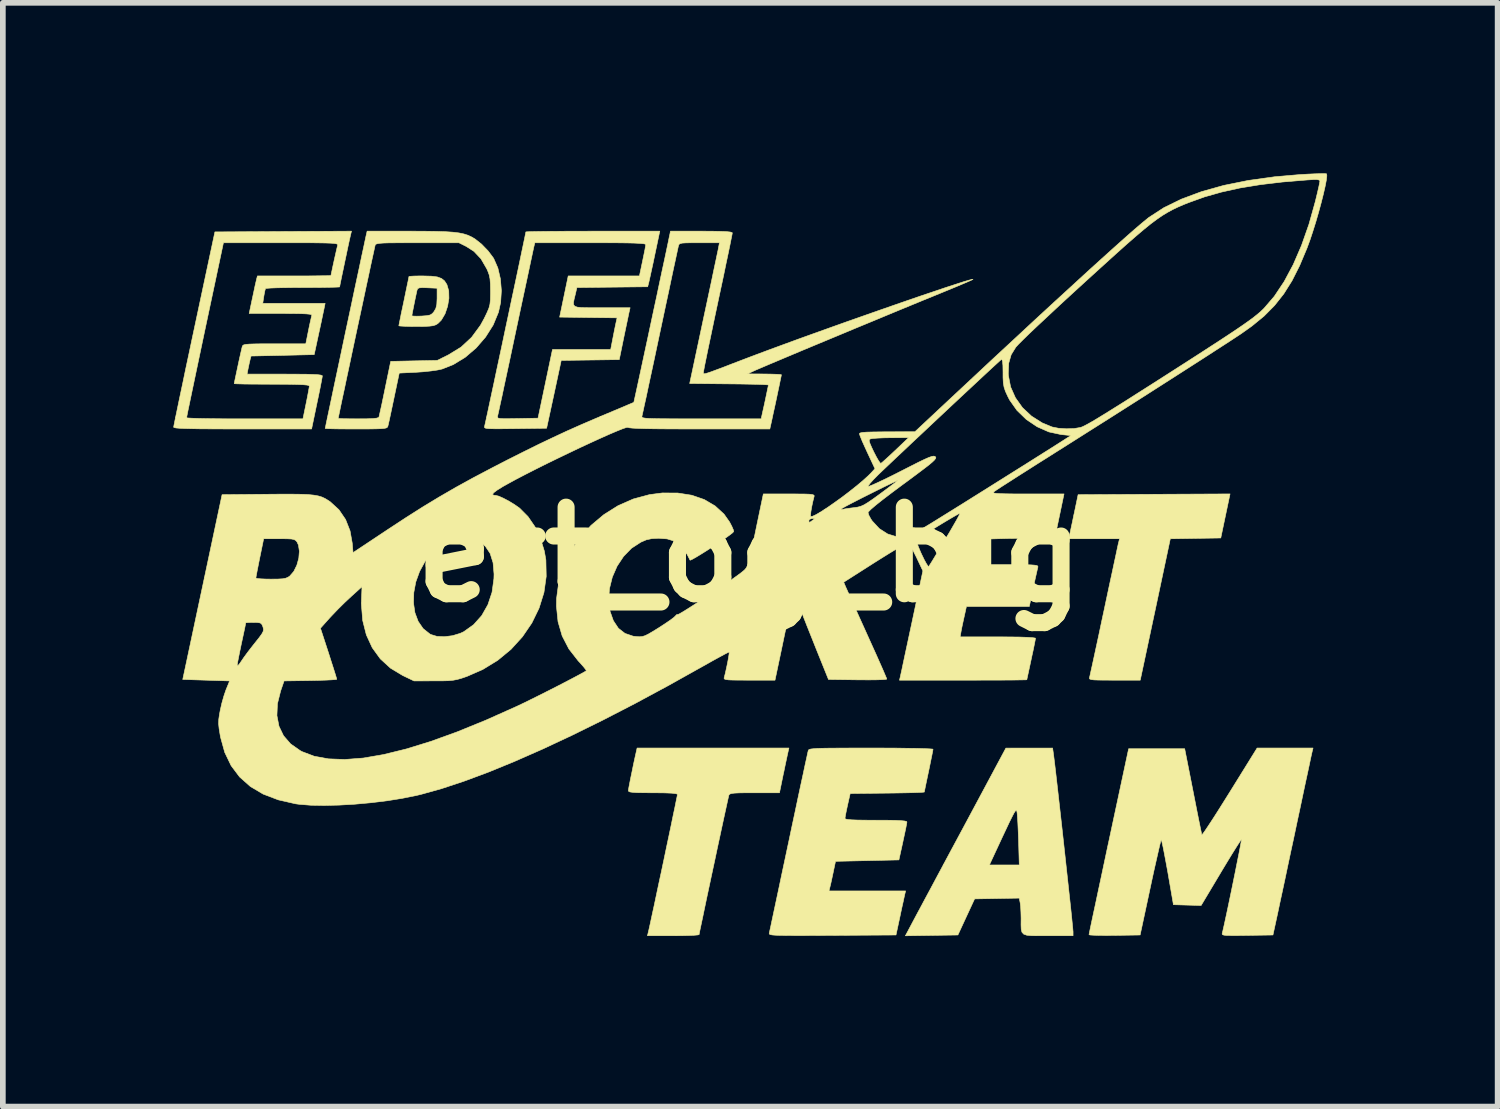
<source format=kicad_pcb>
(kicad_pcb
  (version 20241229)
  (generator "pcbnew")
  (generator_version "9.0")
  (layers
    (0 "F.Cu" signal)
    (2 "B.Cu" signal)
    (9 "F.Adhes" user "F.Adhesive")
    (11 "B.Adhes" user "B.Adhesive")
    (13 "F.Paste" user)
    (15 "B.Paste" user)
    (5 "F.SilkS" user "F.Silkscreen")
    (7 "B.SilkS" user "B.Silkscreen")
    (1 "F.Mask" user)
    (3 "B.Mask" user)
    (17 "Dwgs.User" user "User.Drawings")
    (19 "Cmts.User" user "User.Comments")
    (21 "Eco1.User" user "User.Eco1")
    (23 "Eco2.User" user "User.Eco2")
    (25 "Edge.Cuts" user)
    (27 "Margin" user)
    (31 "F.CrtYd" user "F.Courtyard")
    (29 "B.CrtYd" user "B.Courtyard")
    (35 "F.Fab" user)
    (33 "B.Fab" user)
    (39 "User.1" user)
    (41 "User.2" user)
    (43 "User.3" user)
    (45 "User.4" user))
  (footprint "ert_og_big"
    (layer "F.Cu")
    (at 10.139 6.707)
    (property "Reference" "ert_og_big" (at 0 0 0) (layer "F.SilkS") (effects (font (size 1.524 1.524) (thickness 0.3))))
    (attr through_hole)
    (fp_poly (pts (xy 8.289 -0.292) (xy 7.845 -0.285) (xy 7.401 -0.278) (xy 7.137 0.966) (xy 6.872 2.21) (xy 6.419 2.21) (xy 6.257 2.209) (xy 6.139 2.208) (xy 6.059 2.205) (xy 6.01 2.199) (xy 5.985 2.19) (xy 5.977 2.178) (xy 5.979 2.165) (xy 5.987 2.132) (xy 6.004 2.054) (xy 6.03 1.937) (xy 6.063 1.785) (xy 6.102 1.605) (xy 6.146 1.401) (xy 6.193 1.178) (xy 6.236 0.978) (xy 6.286 0.742) (xy 6.333 0.521) (xy 6.377 0.318) (xy 6.415 0.14) (xy 6.447 -0.008) (xy 6.471 -0.122) (xy 6.487 -0.195) (xy 6.494 -0.222) (xy 6.508 -0.279) (xy 5.612 -0.279) (xy 5.626 -0.337) (xy 5.637 -0.382) (xy 5.655 -0.466) (xy 5.679 -0.577) (xy 5.705 -0.704) (xy 5.71 -0.724) (xy 5.779 -1.054) (xy 8.452 -1.067) (xy 8.289 -0.292)) (stroke (width 0.01) (type solid)) (fill yes) (layer "F.SilkS"))
    (fp_poly (pts (xy -5.601 -4.898) (xy -5.496 -4.885) (xy -5.422 -4.858) (xy -5.369 -4.816) (xy -5.328 -4.753) (xy -5.326 -4.749) (xy -5.294 -4.64) (xy -5.291 -4.508) (xy -5.314 -4.369) (xy -5.359 -4.236) (xy -5.424 -4.126) (xy -5.486 -4.064) (xy -5.523 -4.042) (xy -5.568 -4.027) (xy -5.631 -4.019) (xy -5.723 -4.014) (xy -5.855 -4.013) (xy -5.865 -4.013) (xy -5.983 -4.014) (xy -6.08 -4.017) (xy -6.147 -4.021) (xy -6.172 -4.025) (xy -6.172 -4.025) (xy -6.167 -4.053) (xy -6.153 -4.122) (xy -6.137 -4.201) (xy -5.944 -4.201) (xy -5.92 -4.196) (xy -5.86 -4.194) (xy -5.775 -4.196) (xy -5.681 -4.203) (xy -5.622 -4.215) (xy -5.584 -4.239) (xy -5.553 -4.275) (xy -5.521 -4.331) (xy -5.504 -4.402) (xy -5.499 -4.505) (xy -5.499 -4.517) (xy -5.499 -4.686) (xy -5.67 -4.694) (xy -5.761 -4.697) (xy -5.814 -4.692) (xy -5.84 -4.678) (xy -5.852 -4.65) (xy -5.854 -4.643) (xy -5.867 -4.582) (xy -5.885 -4.498) (xy -5.904 -4.404) (xy -5.922 -4.314) (xy -5.936 -4.243) (xy -5.943 -4.204) (xy -5.944 -4.201) (xy -6.137 -4.201) (xy -6.133 -4.224) (xy -6.106 -4.35) (xy -6.083 -4.459) (xy -6.054 -4.599) (xy -6.029 -4.72) (xy -6.009 -4.815) (xy -5.997 -4.875) (xy -5.994 -4.892) (xy -5.971 -4.896) (xy -5.907 -4.9) (xy -5.815 -4.902) (xy -5.747 -4.902) (xy -5.601 -4.898)) (stroke (width 0.01) (type solid)) (fill yes) (layer "F.SilkS"))
    (fp_poly (pts (xy 5.344 3.499) (xy 5.351 3.552) (xy 5.363 3.648) (xy 5.379 3.782) (xy 5.398 3.948) (xy 5.42 4.141) (xy 5.444 4.355) (xy 5.47 4.586) (xy 5.497 4.827) (xy 5.524 5.073) (xy 5.551 5.319) (xy 5.577 5.559) (xy 5.602 5.788) (xy 5.625 6.001) (xy 5.646 6.192) (xy 5.663 6.355) (xy 5.676 6.486) (xy 5.685 6.578) (xy 5.689 6.627) (xy 5.69 6.631) (xy 5.69 6.706) (xy 5.248 6.706) (xy 5.082 6.706) (xy 4.96 6.705) (xy 4.876 6.697) (xy 4.822 6.678) (xy 4.791 6.644) (xy 4.778 6.591) (xy 4.775 6.513) (xy 4.776 6.407) (xy 4.776 6.398) (xy 4.773 6.291) (xy 4.768 6.194) (xy 4.76 6.127) (xy 4.759 6.124) (xy 4.743 6.044) (xy 4.351 6.051) (xy 3.958 6.058) (xy 3.811 6.375) (xy 3.664 6.693) (xy 3.202 6.7) (xy 2.74 6.707) (xy 2.9 6.406) (xy 2.942 6.327) (xy 3.005 6.21) (xy 3.086 6.058) (xy 3.184 5.876) (xy 3.294 5.67) (xy 3.406 5.461) (xy 4.218 5.461) (xy 4.744 5.461) (xy 4.731 5.01) (xy 4.725 4.861) (xy 4.719 4.727) (xy 4.712 4.618) (xy 4.706 4.543) (xy 4.7 4.513) (xy 4.694 4.501) (xy 4.685 4.502) (xy 4.67 4.518) (xy 4.648 4.553) (xy 4.617 4.613) (xy 4.573 4.701) (xy 4.516 4.822) (xy 4.442 4.979) (xy 4.35 5.177) (xy 4.327 5.226) (xy 4.218 5.461) (xy 3.406 5.461) (xy 3.415 5.444) (xy 3.543 5.205) (xy 3.677 4.956) (xy 3.785 4.755) (xy 4.508 3.405) (xy 5.33 3.404) (xy 5.344 3.499)) (stroke (width 0.01) (type solid)) (fill yes) (layer "F.SilkS"))
    (fp_poly (pts (xy 0.678 3.461) (xy 0.668 3.506) (xy 0.65 3.59) (xy 0.626 3.702) (xy 0.6 3.829) (xy 0.594 3.854) (xy 0.525 4.191) (xy 0.086 4.191) (xy -0.074 4.191) (xy -0.19 4.193) (xy -0.27 4.197) (xy -0.321 4.204) (xy -0.349 4.214) (xy -0.363 4.228) (xy -0.366 4.235) (xy -0.374 4.269) (xy -0.391 4.346) (xy -0.416 4.46) (xy -0.448 4.606) (xy -0.485 4.777) (xy -0.526 4.968) (xy -0.57 5.172) (xy -0.615 5.385) (xy -0.661 5.599) (xy -0.706 5.81) (xy -0.749 6.011) (xy -0.788 6.197) (xy -0.822 6.361) (xy -0.851 6.498) (xy -0.873 6.601) (xy -0.886 6.666) (xy -0.889 6.686) (xy -0.913 6.692) (xy -0.98 6.698) (xy -1.081 6.702) (xy -1.21 6.705) (xy -1.343 6.706) (xy -1.798 6.706) (xy -1.775 6.61) (xy -1.762 6.553) (xy -1.741 6.456) (xy -1.713 6.325) (xy -1.678 6.166) (xy -1.64 5.985) (xy -1.598 5.787) (xy -1.553 5.579) (xy -1.508 5.366) (xy -1.464 5.155) (xy -1.421 4.952) (xy -1.381 4.762) (xy -1.346 4.591) (xy -1.315 4.445) (xy -1.292 4.33) (xy -1.276 4.253) (xy -1.27 4.218) (xy -1.27 4.217) (xy -1.295 4.207) (xy -1.369 4.198) (xy -1.491 4.193) (xy -1.659 4.191) (xy -1.702 4.191) (xy -1.863 4.19) (xy -1.98 4.188) (xy -2.059 4.183) (xy -2.107 4.176) (xy -2.129 4.165) (xy -2.134 4.155) (xy -2.129 4.119) (xy -2.115 4.044) (xy -2.095 3.941) (xy -2.07 3.821) (xy -2.044 3.693) (xy -2.017 3.568) (xy -1.993 3.461) (xy -1.98 3.404) (xy 0.691 3.404) (xy 0.678 3.461)) (stroke (width 0.01) (type solid)) (fill yes) (layer "F.SilkS"))
    (fp_poly (pts (xy 9.898 3.461) (xy 9.89 3.496) (xy 9.872 3.577) (xy 9.847 3.697) (xy 9.814 3.851) (xy 9.774 4.035) (xy 9.73 4.243) (xy 9.682 4.471) (xy 9.63 4.713) (xy 9.625 4.737) (xy 9.571 4.994) (xy 9.516 5.248) (xy 9.464 5.493) (xy 9.416 5.722) (xy 9.372 5.927) (xy 9.334 6.102) (xy 9.305 6.24) (xy 9.287 6.325) (xy 9.207 6.693) (xy 8.754 6.7) (xy 8.593 6.702) (xy 8.475 6.702) (xy 8.395 6.701) (xy 8.346 6.696) (xy 8.321 6.688) (xy 8.313 6.675) (xy 8.315 6.662) (xy 8.327 6.613) (xy 8.347 6.525) (xy 8.373 6.405) (xy 8.404 6.261) (xy 8.438 6.099) (xy 8.474 5.926) (xy 8.51 5.75) (xy 8.545 5.578) (xy 8.577 5.416) (xy 8.606 5.273) (xy 8.629 5.154) (xy 8.645 5.067) (xy 8.653 5.02) (xy 8.653 5.013) (xy 8.638 5.031) (xy 8.601 5.087) (xy 8.544 5.176) (xy 8.472 5.292) (xy 8.388 5.43) (xy 8.295 5.584) (xy 8.293 5.588) (xy 7.943 6.174) (xy 7.699 6.167) (xy 7.456 6.16) (xy 7.356 5.582) (xy 7.326 5.419) (xy 7.299 5.275) (xy 7.276 5.157) (xy 7.257 5.071) (xy 7.245 5.025) (xy 7.241 5.019) (xy 7.232 5.046) (xy 7.214 5.117) (xy 7.189 5.226) (xy 7.157 5.367) (xy 7.119 5.534) (xy 7.078 5.722) (xy 7.048 5.863) (xy 6.87 6.693) (xy 6.419 6.7) (xy 6.275 6.701) (xy 6.149 6.7) (xy 6.052 6.697) (xy 5.989 6.693) (xy 5.971 6.687) (xy 5.976 6.66) (xy 5.991 6.586) (xy 6.015 6.472) (xy 6.047 6.321) (xy 6.087 6.136) (xy 6.132 5.923) (xy 6.183 5.685) (xy 6.238 5.426) (xy 6.296 5.152) (xy 6.32 5.042) (xy 6.668 3.416) (xy 7.654 3.416) (xy 7.801 4.161) (xy 7.838 4.349) (xy 7.872 4.522) (xy 7.902 4.672) (xy 7.927 4.794) (xy 7.945 4.881) (xy 7.954 4.926) (xy 7.956 4.931) (xy 7.97 4.916) (xy 8.009 4.863) (xy 8.068 4.775) (xy 8.144 4.659) (xy 8.235 4.517) (xy 8.337 4.355) (xy 8.446 4.181) (xy 8.928 3.404) (xy 9.42 3.404) (xy 9.912 3.404) (xy 9.898 3.461)) (stroke (width 0.01) (type solid)) (fill yes) (layer "F.SilkS"))
    (fp_poly (pts (xy 2.365 3.404) (xy 2.578 3.405) (xy 2.77 3.408) (xy 2.935 3.41) (xy 3.068 3.414) (xy 3.163 3.418) (xy 3.216 3.422) (xy 3.226 3.425) (xy 3.221 3.456) (xy 3.207 3.528) (xy 3.186 3.63) (xy 3.161 3.754) (xy 3.15 3.806) (xy 3.123 3.934) (xy 3.1 4.044) (xy 3.083 4.127) (xy 3.074 4.172) (xy 3.073 4.178) (xy 3.049 4.181) (xy 2.981 4.185) (xy 2.875 4.189) (xy 2.739 4.192) (xy 2.578 4.195) (xy 2.421 4.197) (xy 1.769 4.204) (xy 1.723 4.407) (xy 1.702 4.505) (xy 1.686 4.586) (xy 1.678 4.636) (xy 1.677 4.642) (xy 1.689 4.653) (xy 1.727 4.661) (xy 1.796 4.667) (xy 1.902 4.671) (xy 2.05 4.673) (xy 2.223 4.674) (xy 2.411 4.674) (xy 2.555 4.676) (xy 2.657 4.681) (xy 2.723 4.687) (xy 2.758 4.695) (xy 2.767 4.705) (xy 2.761 4.741) (xy 2.747 4.816) (xy 2.725 4.919) (xy 2.699 5.04) (xy 2.696 5.055) (xy 2.626 5.372) (xy 1.511 5.397) (xy 1.471 5.588) (xy 1.449 5.691) (xy 1.429 5.783) (xy 1.414 5.845) (xy 1.413 5.849) (xy 1.396 5.918) (xy 2.744 5.918) (xy 2.73 5.975) (xy 2.72 6.021) (xy 2.702 6.105) (xy 2.677 6.216) (xy 2.65 6.343) (xy 2.646 6.363) (xy 2.575 6.693) (xy 1.455 6.7) (xy 1.187 6.701) (xy 0.966 6.702) (xy 0.786 6.702) (xy 0.645 6.701) (xy 0.537 6.7) (xy 0.457 6.697) (xy 0.403 6.693) (xy 0.369 6.687) (xy 0.351 6.68) (xy 0.345 6.671) (xy 0.345 6.661) (xy 0.352 6.629) (xy 0.369 6.552) (xy 0.394 6.433) (xy 0.427 6.278) (xy 0.467 6.091) (xy 0.513 5.875) (xy 0.563 5.637) (xy 0.618 5.379) (xy 0.676 5.106) (xy 0.687 5.055) (xy 0.745 4.779) (xy 0.801 4.518) (xy 0.852 4.276) (xy 0.899 4.056) (xy 0.941 3.863) (xy 0.975 3.702) (xy 1.003 3.576) (xy 1.021 3.491) (xy 1.031 3.45) (xy 1.031 3.448) (xy 1.037 3.437) (xy 1.051 3.428) (xy 1.077 3.421) (xy 1.121 3.416) (xy 1.185 3.411) (xy 1.275 3.408) (xy 1.396 3.406) (xy 1.551 3.405) (xy 1.746 3.404) (xy 1.985 3.404) (xy 2.135 3.404) (xy 2.365 3.404)) (stroke (width 0.01) (type solid)) (fill yes) (layer "F.SilkS"))
    (fp_poly (pts (xy -1.668 -5.277) (xy -1.698 -5.133) (xy -1.727 -5.001) (xy -1.751 -4.891) (xy -1.768 -4.815) (xy -1.774 -4.788) (xy -1.794 -4.712) (xy -3.039 -4.698) (xy -3.069 -4.57) (xy -3.088 -4.493) (xy -3.099 -4.436) (xy -3.097 -4.396) (xy -3.076 -4.369) (xy -3.031 -4.353) (xy -2.955 -4.345) (xy -2.842 -4.343) (xy -2.688 -4.343) (xy -2.601 -4.343) (xy -2.103 -4.343) (xy -2.116 -4.286) (xy -2.126 -4.242) (xy -2.143 -4.159) (xy -2.167 -4.045) (xy -2.195 -3.912) (xy -2.212 -3.83) (xy -2.294 -3.43) (xy -2.805 -3.423) (xy -3.315 -3.416) (xy -3.443 -2.819) (xy -3.572 -2.223) (xy -4.125 -2.216) (xy -4.306 -2.214) (xy -4.442 -2.213) (xy -4.54 -2.214) (xy -4.605 -2.217) (xy -4.644 -2.223) (xy -4.662 -2.232) (xy -4.666 -2.245) (xy -4.664 -2.254) (xy -4.657 -2.285) (xy -4.64 -2.361) (xy -4.629 -2.414) (xy -4.437 -2.414) (xy -4.426 -2.402) (xy -4.394 -2.394) (xy -4.334 -2.391) (xy -4.238 -2.391) (xy -4.1 -2.393) (xy -4.086 -2.393) (xy -3.723 -2.4) (xy -3.596 -3.004) (xy -3.469 -3.607) (xy -2.445 -3.607) (xy -2.402 -3.829) (xy -2.381 -3.936) (xy -2.362 -4.03) (xy -2.348 -4.094) (xy -2.345 -4.108) (xy -2.332 -4.165) (xy -2.837 -4.171) (xy -3.343 -4.178) (xy -3.192 -4.902) (xy -2.565 -4.902) (xy -1.939 -4.902) (xy -1.884 -5.163) (xy -1.861 -5.274) (xy -1.842 -5.368) (xy -1.831 -5.433) (xy -1.829 -5.455) (xy -1.839 -5.463) (xy -1.873 -5.47) (xy -1.934 -5.475) (xy -2.027 -5.48) (xy -2.154 -5.483) (xy -2.32 -5.485) (xy -2.529 -5.486) (xy -2.785 -5.486) (xy -2.804 -5.486) (xy -3.779 -5.486) (xy -3.793 -5.429) (xy -3.801 -5.394) (xy -3.818 -5.315) (xy -3.844 -5.194) (xy -3.877 -5.038) (xy -3.917 -4.85) (xy -3.963 -4.636) (xy -4.014 -4.399) (xy -4.068 -4.145) (xy -4.115 -3.924) (xy -4.171 -3.66) (xy -4.224 -3.409) (xy -4.274 -3.177) (xy -4.319 -2.968) (xy -4.357 -2.787) (xy -4.39 -2.638) (xy -4.414 -2.526) (xy -4.43 -2.455) (xy -4.435 -2.431) (xy -4.437 -2.414) (xy -4.629 -2.414) (xy -4.615 -2.476) (xy -4.583 -2.626) (xy -4.545 -2.804) (xy -4.501 -3.008) (xy -4.454 -3.231) (xy -4.403 -3.469) (xy -4.35 -3.717) (xy -4.297 -3.969) (xy -4.243 -4.222) (xy -4.191 -4.469) (xy -4.14 -4.707) (xy -4.093 -4.929) (xy -4.05 -5.132) (xy -4.013 -5.31) (xy -3.982 -5.458) (xy -3.958 -5.572) (xy -3.943 -5.647) (xy -3.937 -5.676) (xy -3.937 -5.677) (xy -3.912 -5.679) (xy -3.842 -5.682) (xy -3.731 -5.684) (xy -3.584 -5.686) (xy -3.406 -5.687) (xy -3.202 -5.689) (xy -2.978 -5.689) (xy -2.759 -5.69) (xy -1.581 -5.69) (xy -1.668 -5.277)) (stroke (width 0.01) (type solid)) (fill yes) (layer "F.SilkS"))
    (fp_poly (pts (xy -5.725 -5.689) (xy -5.52 -5.686) (xy -5.355 -5.681) (xy -5.221 -5.672) (xy -5.114 -5.659) (xy -5.028 -5.641) (xy -4.956 -5.618) (xy -4.892 -5.588) (xy -4.832 -5.553) (xy -4.717 -5.462) (xy -4.603 -5.344) (xy -4.511 -5.222) (xy -4.502 -5.207) (xy -4.43 -5.043) (xy -4.385 -4.85) (xy -4.368 -4.643) (xy -4.381 -4.436) (xy -4.419 -4.264) (xy -4.512 -4.039) (xy -4.646 -3.827) (xy -4.813 -3.634) (xy -5.005 -3.47) (xy -5.215 -3.342) (xy -5.41 -3.265) (xy -5.493 -3.247) (xy -5.61 -3.23) (xy -5.744 -3.216) (xy -5.858 -3.208) (xy -6.165 -3.193) (xy -6.259 -2.746) (xy -6.29 -2.599) (xy -6.318 -2.467) (xy -6.341 -2.36) (xy -6.358 -2.285) (xy -6.366 -2.254) (xy -6.374 -2.24) (xy -6.393 -2.228) (xy -6.428 -2.22) (xy -6.487 -2.215) (xy -6.576 -2.212) (xy -6.702 -2.21) (xy -6.87 -2.21) (xy -6.923 -2.21) (xy -7.083 -2.21) (xy -7.225 -2.211) (xy -7.34 -2.213) (xy -7.423 -2.216) (xy -7.464 -2.219) (xy -7.468 -2.22) (xy -7.462 -2.245) (xy -7.448 -2.316) (xy -7.431 -2.396) (xy -7.239 -2.396) (xy -7.215 -2.393) (xy -7.15 -2.39) (xy -7.051 -2.389) (xy -6.93 -2.388) (xy -6.886 -2.388) (xy -6.733 -2.389) (xy -6.626 -2.393) (xy -6.559 -2.401) (xy -6.526 -2.413) (xy -6.522 -2.419) (xy -6.514 -2.453) (xy -6.497 -2.529) (xy -6.473 -2.637) (xy -6.445 -2.77) (xy -6.414 -2.92) (xy -6.413 -2.925) (xy -6.315 -3.399) (xy -5.905 -3.408) (xy -5.496 -3.416) (xy -5.297 -3.515) (xy -5.077 -3.65) (xy -4.891 -3.823) (xy -4.736 -4.034) (xy -4.67 -4.154) (xy -4.62 -4.258) (xy -4.587 -4.336) (xy -4.569 -4.405) (xy -4.561 -4.483) (xy -4.559 -4.587) (xy -4.559 -4.634) (xy -4.561 -4.76) (xy -4.568 -4.851) (xy -4.583 -4.923) (xy -4.609 -4.993) (xy -4.626 -5.03) (xy -4.727 -5.204) (xy -4.851 -5.335) (xy -4.985 -5.421) (xy -5.115 -5.486) (xy -5.845 -5.486) (xy -6.058 -5.486) (xy -6.225 -5.485) (xy -6.352 -5.484) (xy -6.445 -5.481) (xy -6.51 -5.476) (xy -6.551 -5.469) (xy -6.574 -5.461) (xy -6.586 -5.449) (xy -6.589 -5.442) (xy -6.596 -5.412) (xy -6.612 -5.337) (xy -6.637 -5.224) (xy -6.669 -5.077) (xy -6.706 -4.902) (xy -6.749 -4.704) (xy -6.795 -4.487) (xy -6.844 -4.258) (xy -6.895 -4.022) (xy -6.946 -3.783) (xy -6.996 -3.548) (xy -7.044 -3.32) (xy -7.09 -3.106) (xy -7.131 -2.91) (xy -7.168 -2.739) (xy -7.198 -2.596) (xy -7.22 -2.488) (xy -7.234 -2.42) (xy -7.239 -2.396) (xy -7.431 -2.396) (xy -7.425 -2.426) (xy -7.394 -2.571) (xy -7.357 -2.746) (xy -7.315 -2.946) (xy -7.268 -3.167) (xy -7.218 -3.402) (xy -7.166 -3.648) (xy -7.113 -3.9) (xy -7.059 -4.152) (xy -7.006 -4.4) (xy -6.956 -4.638) (xy -6.908 -4.862) (xy -6.864 -5.067) (xy -6.826 -5.248) (xy -6.793 -5.4) (xy -6.768 -5.518) (xy -6.751 -5.598) (xy -6.743 -5.632) (xy -6.73 -5.69) (xy -5.974 -5.69) (xy -5.725 -5.689)) (stroke (width 0.01) (type solid)) (fill yes) (layer "F.SilkS"))
    (fp_poly (pts (xy -7.019 -5.633) (xy -7.029 -5.589) (xy -7.047 -5.509) (xy -7.07 -5.402) (xy -7.096 -5.278) (xy -7.124 -5.146) (xy -7.151 -5.016) (xy -7.176 -4.898) (xy -7.196 -4.801) (xy -7.209 -4.735) (xy -7.214 -4.709) (xy -7.238 -4.707) (xy -7.306 -4.704) (xy -7.412 -4.702) (xy -7.548 -4.7) (xy -7.708 -4.699) (xy -7.86 -4.699) (xy -8.036 -4.698) (xy -8.194 -4.696) (xy -8.329 -4.693) (xy -8.432 -4.689) (xy -8.497 -4.684) (xy -8.518 -4.68) (xy -8.528 -4.645) (xy -8.541 -4.579) (xy -8.548 -4.54) (xy -8.566 -4.42) (xy -7.469 -4.42) (xy -7.483 -4.35) (xy -7.493 -4.301) (xy -7.512 -4.213) (xy -7.536 -4.097) (xy -7.565 -3.963) (xy -7.579 -3.899) (xy -7.661 -3.518) (xy -8.772 -3.493) (xy -8.789 -3.429) (xy -8.805 -3.36) (xy -8.822 -3.277) (xy -8.824 -3.27) (xy -8.842 -3.175) (xy -8.18 -3.175) (xy -7.97 -3.174) (xy -7.806 -3.173) (xy -7.684 -3.169) (xy -7.599 -3.165) (xy -7.546 -3.158) (xy -7.521 -3.149) (xy -7.518 -3.143) (xy -7.523 -3.109) (xy -7.537 -3.034) (xy -7.558 -2.926) (xy -7.585 -2.794) (xy -7.613 -2.661) (xy -7.707 -2.21) (xy -8.921 -2.21) (xy -9.212 -2.21) (xy -9.456 -2.211) (xy -9.656 -2.212) (xy -9.816 -2.215) (xy -9.939 -2.218) (xy -10.029 -2.222) (xy -10.089 -2.227) (xy -10.123 -2.234) (xy -10.134 -2.241) (xy -10.134 -2.242) (xy -10.129 -2.271) (xy -10.114 -2.346) (xy -10.102 -2.407) (xy -9.906 -2.407) (xy -9.882 -2.403) (xy -9.812 -2.399) (xy -9.702 -2.395) (xy -9.557 -2.392) (xy -9.383 -2.39) (xy -9.184 -2.388) (xy -8.968 -2.388) (xy -8.882 -2.388) (xy -7.859 -2.388) (xy -7.803 -2.661) (xy -7.78 -2.775) (xy -7.762 -2.871) (xy -7.75 -2.939) (xy -7.747 -2.965) (xy -7.758 -2.976) (xy -7.795 -2.983) (xy -7.862 -2.989) (xy -7.963 -2.993) (xy -8.104 -2.996) (xy -8.288 -2.997) (xy -8.407 -2.997) (xy -8.585 -2.998) (xy -8.744 -2.999) (xy -8.878 -3) (xy -8.982 -3.003) (xy -9.047 -3.005) (xy -9.068 -3.008) (xy -9.063 -3.037) (xy -9.049 -3.105) (xy -9.029 -3.199) (xy -9.006 -3.307) (xy -8.982 -3.419) (xy -8.959 -3.522) (xy -8.94 -3.605) (xy -8.928 -3.656) (xy -8.925 -3.664) (xy -8.917 -3.679) (xy -8.899 -3.69) (xy -8.863 -3.698) (xy -8.804 -3.703) (xy -8.715 -3.706) (xy -8.591 -3.708) (xy -8.424 -3.708) (xy -8.36 -3.708) (xy -7.809 -3.708) (xy -7.762 -3.943) (xy -7.74 -4.049) (xy -7.72 -4.138) (xy -7.707 -4.196) (xy -7.703 -4.21) (xy -7.709 -4.221) (xy -7.742 -4.229) (xy -7.804 -4.235) (xy -7.903 -4.239) (xy -8.041 -4.241) (xy -8.226 -4.242) (xy -8.248 -4.242) (xy -8.805 -4.242) (xy -8.749 -4.507) (xy -8.724 -4.624) (xy -8.702 -4.728) (xy -8.684 -4.806) (xy -8.677 -4.837) (xy -8.66 -4.902) (xy -8.013 -4.902) (xy -7.838 -4.902) (xy -7.681 -4.903) (xy -7.548 -4.905) (xy -7.447 -4.906) (xy -7.384 -4.908) (xy -7.366 -4.91) (xy -7.361 -4.939) (xy -7.347 -5.004) (xy -7.328 -5.094) (xy -7.306 -5.194) (xy -7.284 -5.292) (xy -7.265 -5.375) (xy -7.252 -5.43) (xy -7.249 -5.442) (xy -7.248 -5.453) (xy -7.256 -5.462) (xy -7.277 -5.469) (xy -7.315 -5.475) (xy -7.376 -5.479) (xy -7.464 -5.482) (xy -7.583 -5.484) (xy -7.739 -5.486) (xy -7.934 -5.486) (xy -8.175 -5.486) (xy -8.247 -5.486) (xy -9.258 -5.486) (xy -9.583 -3.956) (xy -9.64 -3.685) (xy -9.694 -3.428) (xy -9.744 -3.191) (xy -9.789 -2.976) (xy -9.828 -2.79) (xy -9.86 -2.636) (xy -9.885 -2.517) (xy -9.9 -2.44) (xy -9.906 -2.407) (xy -9.906 -2.407) (xy -10.102 -2.407) (xy -10.09 -2.463) (xy -10.058 -2.617) (xy -10.019 -2.804) (xy -9.973 -3.02) (xy -9.923 -3.261) (xy -9.867 -3.523) (xy -9.808 -3.802) (xy -9.771 -3.975) (xy -9.408 -5.677) (xy -8.206 -5.684) (xy -7.005 -5.69) (xy -7.019 -5.633)) (stroke (width 0.01) (type solid)) (fill yes) (layer "F.SilkS"))
    (fp_poly (pts (xy 10.15 -6.699) (xy 10.155 -6.664) (xy 10.146 -6.587) (xy 10.125 -6.478) (xy 10.094 -6.342) (xy 10.055 -6.188) (xy 10.01 -6.022) (xy 9.961 -5.853) (xy 9.909 -5.687) (xy 9.858 -5.533) (xy 9.808 -5.397) (xy 9.807 -5.394) (xy 9.677 -5.085) (xy 9.543 -4.819) (xy 9.398 -4.588) (xy 9.236 -4.383) (xy 9.051 -4.196) (xy 8.836 -4.02) (xy 8.649 -3.887) (xy 8.54 -3.815) (xy 8.392 -3.718) (xy 8.209 -3.6) (xy 7.996 -3.462) (xy 7.756 -3.308) (xy 7.494 -3.14) (xy 7.214 -2.961) (xy 6.92 -2.773) (xy 6.615 -2.579) (xy 6.305 -2.382) (xy 5.993 -2.185) (xy 5.684 -1.989) (xy 5.381 -1.798) (xy 5.271 -1.728) (xy 5.072 -1.603) (xy 4.887 -1.485) (xy 4.718 -1.378) (xy 4.572 -1.284) (xy 4.451 -1.207) (xy 4.361 -1.148) (xy 4.307 -1.112) (xy 4.294 -1.102) (xy 4.288 -1.091) (xy 4.302 -1.082) (xy 4.34 -1.076) (xy 4.407 -1.072) (xy 4.508 -1.069) (xy 4.648 -1.067) (xy 4.833 -1.067) (xy 4.894 -1.067) (xy 5.531 -1.067) (xy 5.45 -0.679) (xy 5.369 -0.292) (xy 4.717 -0.285) (xy 4.54 -0.283) (xy 4.382 -0.279) (xy 4.249 -0.275) (xy 4.147 -0.27) (xy 4.083 -0.265) (xy 4.063 -0.26) (xy 4.058 -0.228) (xy 4.044 -0.16) (xy 4.023 -0.067) (xy 4.015 -0.032) (xy 3.968 0.178) (xy 4.526 0.178) (xy 4.708 0.178) (xy 4.845 0.179) (xy 4.944 0.181) (xy 5.01 0.186) (xy 5.049 0.192) (xy 5.068 0.201) (xy 5.072 0.214) (xy 5.071 0.222) (xy 5.061 0.263) (xy 5.043 0.343) (xy 5.019 0.45) (xy 4.992 0.574) (xy 4.989 0.591) (xy 4.92 0.914) (xy 3.814 0.914) (xy 3.776 1.086) (xy 3.753 1.19) (xy 3.732 1.289) (xy 3.72 1.353) (xy 3.703 1.448) (xy 4.366 1.448) (xy 4.575 1.449) (xy 4.749 1.451) (xy 4.884 1.456) (xy 4.977 1.462) (xy 5.024 1.469) (xy 5.029 1.472) (xy 5.024 1.505) (xy 5.01 1.577) (xy 4.989 1.68) (xy 4.962 1.803) (xy 4.953 1.846) (xy 4.926 1.972) (xy 4.903 2.078) (xy 4.886 2.157) (xy 4.877 2.198) (xy 4.877 2.202) (xy 4.852 2.204) (xy 4.782 2.205) (xy 4.671 2.207) (xy 4.525 2.208) (xy 4.348 2.209) (xy 4.147 2.209) (xy 3.925 2.21) (xy 3.756 2.21) (xy 2.636 2.21) (xy 2.65 2.153) (xy 2.658 2.115) (xy 2.676 2.034) (xy 2.701 1.915) (xy 2.733 1.765) (xy 2.771 1.588) (xy 2.813 1.392) (xy 2.856 1.191) (xy 3.048 0.287) (xy 2.932 0.042) (xy 2.871 -0.079) (xy 2.822 -0.161) (xy 2.786 -0.2) (xy 2.777 -0.203) (xy 2.745 -0.19) (xy 2.677 -0.153) (xy 2.579 -0.096) (xy 2.457 -0.022) (xy 2.317 0.065) (xy 2.196 0.141) (xy 1.655 0.486) (xy 1.689 0.567) (xy 1.708 0.609) (xy 1.745 0.692) (xy 1.797 0.808) (xy 1.862 0.952) (xy 1.936 1.117) (xy 2.018 1.298) (xy 2.068 1.409) (xy 2.151 1.593) (xy 2.227 1.761) (xy 2.293 1.91) (xy 2.347 2.032) (xy 2.386 2.124) (xy 2.409 2.178) (xy 2.413 2.191) (xy 2.389 2.196) (xy 2.322 2.201) (xy 2.218 2.204) (xy 2.087 2.205) (xy 1.936 2.204) (xy 1.9 2.204) (xy 1.387 2.197) (xy 1.177 1.676) (xy 1.115 1.52) (xy 1.057 1.375) (xy 1.007 1.25) (xy 0.969 1.153) (xy 0.945 1.093) (xy 0.941 1.081) (xy 0.914 1.006) (xy 0.778 1.139) (xy 0.643 1.273) (xy 0.545 1.741) (xy 0.446 2.21) (xy -0.007 2.21) (xy -0.169 2.209) (xy -0.287 2.208) (xy -0.367 2.205) (xy -0.417 2.199) (xy -0.442 2.19) (xy -0.45 2.178) (xy -0.448 2.165) (xy -0.43 2.096) (xy -0.41 2.007) (xy -0.39 1.912) (xy -0.373 1.822) (xy -0.362 1.753) (xy -0.359 1.717) (xy -0.359 1.715) (xy -0.383 1.724) (xy -0.444 1.755) (xy -0.536 1.805) (xy -0.653 1.869) (xy -0.787 1.945) (xy -0.838 1.973) (xy -1.439 2.309) (xy -2.022 2.623) (xy -2.586 2.914) (xy -3.128 3.181) (xy -3.645 3.423) (xy -4.136 3.639) (xy -4.597 3.828) (xy -5.027 3.988) (xy -5.423 4.119) (xy -5.782 4.219) (xy -5.869 4.24) (xy -6.114 4.289) (xy -6.382 4.332) (xy -6.662 4.366) (xy -6.947 4.392) (xy -7.225 4.408) (xy -7.486 4.414) (xy -7.722 4.41) (xy -7.922 4.394) (xy -7.989 4.385) (xy -8.294 4.315) (xy -8.559 4.214) (xy -8.785 4.08) (xy -8.973 3.913) (xy -9.123 3.713) (xy -9.235 3.48) (xy -9.309 3.213) (xy -9.315 3.179) (xy -9.334 3.063) (xy -9.343 2.976) (xy -9.34 2.898) (xy -9.327 2.808) (xy -9.314 2.739) (xy -9.286 2.615) (xy -9.25 2.488) (xy -9.214 2.382) (xy -9.211 2.375) (xy -9.149 2.223) (xy -9.974 2.197) (xy -9.922 1.954) (xy -9.017 1.954) (xy -9.005 1.956) (xy -8.975 1.922) (xy -8.945 1.878) (xy -8.898 1.809) (xy -8.829 1.715) (xy -8.75 1.613) (xy -8.705 1.556) (xy -8.63 1.462) (xy -8.583 1.397) (xy -8.559 1.352) (xy -8.553 1.317) (xy -8.56 1.282) (xy -8.563 1.271) (xy -8.583 1.226) (xy -8.61 1.203) (xy -8.661 1.195) (xy -8.727 1.194) (xy -8.803 1.195) (xy -8.853 1.198) (xy -8.865 1.2) (xy -8.87 1.226) (xy -8.883 1.293) (xy -8.904 1.391) (xy -8.93 1.512) (xy -8.941 1.562) (xy -8.968 1.692) (xy -8.991 1.806) (xy -9.008 1.894) (xy -9.016 1.946) (xy -9.017 1.954) (xy -9.922 1.954) (xy -9.594 0.413) (xy -8.687 0.413) (xy -8.663 0.421) (xy -8.599 0.427) (xy -8.506 0.431) (xy -8.424 0.432) (xy -8.301 0.431) (xy -8.217 0.426) (xy -8.16 0.415) (xy -8.119 0.397) (xy -8.09 0.377) (xy -8.02 0.296) (xy -7.966 0.186) (xy -7.932 0.063) (xy -7.922 -0.06) (xy -7.938 -0.167) (xy -7.964 -0.223) (xy -7.986 -0.248) (xy -8.014 -0.264) (xy -8.06 -0.274) (xy -8.134 -0.278) (xy -8.246 -0.279) (xy -8.277 -0.279) (xy -8.55 -0.279) (xy -8.619 0.057) (xy -8.644 0.182) (xy -8.665 0.289) (xy -8.68 0.368) (xy -8.687 0.409) (xy -8.687 0.413) (xy -9.594 0.413) (xy -9.282 -1.054) (xy -8.495 -1.061) (xy -8.253 -1.063) (xy -8.055 -1.063) (xy -7.896 -1.061) (xy -7.77 -1.056) (xy -7.67 -1.046) (xy -7.591 -1.032) (xy -7.527 -1.013) (xy -7.471 -0.987) (xy -7.418 -0.955) (xy -7.378 -0.928) (xy -7.226 -0.789) (xy -7.109 -0.617) (xy -7.03 -0.416) (xy -6.992 -0.202) (xy -6.978 -0.034) (xy -6.364 -0.442) (xy -6.047 -0.65) (xy -5.751 -0.838) (xy -5.462 -1.013) (xy -5.17 -1.182) (xy -4.863 -1.351) (xy -4.529 -1.527) (xy -4.273 -1.659) (xy -3.973 -1.81) (xy -3.706 -1.942) (xy -3.458 -2.06) (xy -3.218 -2.172) (xy -2.973 -2.281) (xy -2.71 -2.394) (xy -2.646 -2.421) (xy -1.896 -2.421) (xy -1.888 -2.412) (xy -1.868 -2.405) (xy -1.83 -2.399) (xy -1.77 -2.395) (xy -1.684 -2.392) (xy -1.567 -2.39) (xy -1.414 -2.389) (xy -1.223 -2.388) (xy -0.986 -2.388) (xy -0.853 -2.388) (xy 0.202 -2.388) (xy 0.215 -2.445) (xy 0.234 -2.531) (xy 0.257 -2.633) (xy 0.28 -2.741) (xy 0.301 -2.841) (xy 0.318 -2.923) (xy 0.329 -2.973) (xy 0.33 -2.984) (xy 0.306 -2.987) (xy 0.237 -2.991) (xy 0.131 -2.995) (xy -0.007 -2.998) (xy -0.169 -3.001) (xy -0.35 -3.003) (xy -0.362 -3.003) (xy -1.055 -3.01) (xy -0.809 -4.166) (xy -0.758 -4.403) (xy -0.71 -4.628) (xy -0.666 -4.835) (xy -0.628 -5.018) (xy -0.595 -5.172) (xy -0.57 -5.291) (xy -0.553 -5.371) (xy -0.547 -5.404) (xy -0.531 -5.486) (xy -0.885 -5.486) (xy -1.025 -5.486) (xy -1.123 -5.484) (xy -1.186 -5.48) (xy -1.223 -5.471) (xy -1.242 -5.458) (xy -1.251 -5.437) (xy -1.253 -5.429) (xy -1.261 -5.394) (xy -1.278 -5.315) (xy -1.304 -5.194) (xy -1.338 -5.038) (xy -1.378 -4.85) (xy -1.423 -4.636) (xy -1.474 -4.399) (xy -1.528 -4.145) (xy -1.575 -3.924) (xy -1.631 -3.66) (xy -1.684 -3.409) (xy -1.734 -3.177) (xy -1.779 -2.968) (xy -1.817 -2.787) (xy -1.85 -2.639) (xy -1.874 -2.527) (xy -1.89 -2.456) (xy -1.895 -2.432) (xy -1.896 -2.421) (xy -2.646 -2.421) (xy -2.502 -2.482) (xy -2.361 -2.541) (xy -2.237 -2.593) (xy -2.137 -2.636) (xy -2.068 -2.665) (xy -2.039 -2.678) (xy -2.038 -2.679) (xy -2.032 -2.703) (xy -2.017 -2.772) (xy -1.993 -2.881) (xy -1.962 -3.024) (xy -1.925 -3.195) (xy -1.883 -3.39) (xy -1.837 -3.604) (xy -1.788 -3.831) (xy -1.738 -4.066) (xy -1.687 -4.305) (xy -1.636 -4.54) (xy -1.588 -4.769) (xy -1.542 -4.985) (xy -1.499 -5.183) (xy -1.462 -5.358) (xy -1.431 -5.505) (xy -1.408 -5.618) (xy -1.407 -5.62) (xy -1.393 -5.69) (xy -0.849 -5.69) (xy -0.657 -5.689) (xy -0.511 -5.686) (xy -0.408 -5.682) (xy -0.342 -5.675) (xy -0.31 -5.666) (xy -0.305 -5.659) (xy -0.31 -5.629) (xy -0.325 -5.554) (xy -0.348 -5.439) (xy -0.379 -5.29) (xy -0.417 -5.111) (xy -0.459 -4.907) (xy -0.507 -4.683) (xy -0.558 -4.444) (xy -0.559 -4.439) (xy -0.61 -4.199) (xy -0.657 -3.974) (xy -0.7 -3.769) (xy -0.738 -3.588) (xy -0.769 -3.436) (xy -0.793 -3.319) (xy -0.807 -3.242) (xy -0.813 -3.209) (xy -0.813 -3.209) (xy -0.813 -3.196) (xy -0.811 -3.186) (xy -0.802 -3.181) (xy -0.781 -3.183) (xy -0.743 -3.194) (xy -0.682 -3.214) (xy -0.596 -3.246) (xy -0.477 -3.29) (xy -0.323 -3.35) (xy -0.127 -3.425) (xy -0.064 -3.449) (xy 0.134 -3.524) (xy 0.357 -3.607) (xy 0.599 -3.696) (xy 0.858 -3.791) (xy 1.13 -3.889) (xy 1.409 -3.989) (xy 1.692 -4.09) (xy 1.976 -4.19) (xy 2.255 -4.288) (xy 2.527 -4.383) (xy 2.786 -4.473) (xy 3.028 -4.556) (xy 3.251 -4.631) (xy 3.449 -4.698) (xy 3.618 -4.753) (xy 3.754 -4.797) (xy 3.854 -4.827) (xy 3.914 -4.842) (xy 3.929 -4.843) (xy 3.909 -4.831) (xy 3.848 -4.804) (xy 3.752 -4.763) (xy 3.629 -4.711) (xy 3.484 -4.651) (xy 3.384 -4.61) (xy 3.233 -4.548) (xy 3.051 -4.474) (xy 2.845 -4.389) (xy 2.619 -4.296) (xy 2.378 -4.196) (xy 2.128 -4.092) (xy 1.871 -3.986) (xy 1.615 -3.879) (xy 1.363 -3.774) (xy 1.12 -3.673) (xy 0.892 -3.578) (xy 0.683 -3.49) (xy 0.498 -3.412) (xy 0.341 -3.346) (xy 0.219 -3.294) (xy 0.135 -3.258) (xy 0.102 -3.244) (xy -0.038 -3.179) (xy 0.26 -3.177) (xy 0.377 -3.175) (xy 0.472 -3.172) (xy 0.536 -3.168) (xy 0.559 -3.164) (xy 0.554 -3.137) (xy 0.54 -3.071) (xy 0.52 -2.974) (xy 0.495 -2.856) (xy 0.468 -2.727) (xy 0.44 -2.597) (xy 0.413 -2.475) (xy 0.391 -2.371) (xy 0.374 -2.294) (xy 0.368 -2.267) (xy 0.355 -2.21) (xy -0.887 -2.21) (xy -1.197 -2.21) (xy -1.459 -2.211) (xy -1.674 -2.213) (xy -1.845 -2.216) (xy -1.975 -2.22) (xy -2.066 -2.225) (xy -2.12 -2.231) (xy -2.139 -2.238) (xy -2.139 -2.238) (xy -2.164 -2.237) (xy -2.229 -2.216) (xy -2.329 -2.176) (xy -2.459 -2.121) (xy -2.614 -2.052) (xy -2.787 -1.973) (xy -2.975 -1.886) (xy -3.172 -1.792) (xy -3.372 -1.696) (xy -3.571 -1.599) (xy -3.763 -1.503) (xy -3.944 -1.411) (xy -4.107 -1.326) (xy -4.248 -1.249) (xy -4.338 -1.199) (xy -4.444 -1.133) (xy -4.505 -1.087) (xy -4.524 -1.058) (xy -4.501 -1.044) (xy -4.469 -1.041) (xy -4.415 -1.028) (xy -4.334 -0.992) (xy -4.237 -0.941) (xy -4.14 -0.882) (xy -4.054 -0.822) (xy -4.041 -0.811) (xy -3.9 -0.669) (xy -3.777 -0.49) (xy -3.68 -0.283) (xy -3.612 -0.061) (xy -3.585 0.095) (xy -3.579 0.384) (xy -3.619 0.668) (xy -3.705 0.943) (xy -3.832 1.204) (xy -3.998 1.447) (xy -4.199 1.668) (xy -4.433 1.861) (xy -4.696 2.022) (xy -4.973 2.143) (xy -5.066 2.175) (xy -5.143 2.197) (xy -5.217 2.211) (xy -5.303 2.219) (xy -5.414 2.222) (xy -5.55 2.222) (xy -5.905 2.223) (xy -6.105 2.127) (xy -6.319 1.998) (xy -6.498 1.834) (xy -6.64 1.638) (xy -6.744 1.412) (xy -6.808 1.159) (xy -6.83 0.883) (xy -6.83 0.852) (xy -5.914 0.852) (xy -5.889 1.023) (xy -5.832 1.175) (xy -5.745 1.302) (xy -5.626 1.397) (xy -5.607 1.407) (xy -5.502 1.439) (xy -5.37 1.445) (xy -5.227 1.427) (xy -5.092 1.386) (xy -5.031 1.358) (xy -4.857 1.234) (xy -4.714 1.074) (xy -4.605 0.882) (xy -4.532 0.663) (xy -4.499 0.422) (xy -4.497 0.343) (xy -4.514 0.144) (xy -4.565 -0.019) (xy -4.649 -0.145) (xy -4.764 -0.232) (xy -4.911 -0.279) (xy -5.029 -0.288) (xy -5.217 -0.266) (xy -5.383 -0.201) (xy -5.534 -0.089) (xy -5.584 -0.04) (xy -5.711 0.121) (xy -5.807 0.297) (xy -5.874 0.482) (xy -5.909 0.669) (xy -5.914 0.852) (xy -6.83 0.852) (xy -6.829 0.803) (xy -6.82 0.565) (xy -7.017 0.743) (xy -7.126 0.845) (xy -7.245 0.963) (xy -7.352 1.075) (xy -7.383 1.108) (xy -7.551 1.296) (xy -7.407 1.737) (xy -7.362 1.879) (xy -7.322 2.003) (xy -7.291 2.102) (xy -7.271 2.168) (xy -7.264 2.194) (xy -7.288 2.199) (xy -7.355 2.204) (xy -7.457 2.209) (xy -7.586 2.213) (xy -7.728 2.216) (xy -8.191 2.223) (xy -8.252 2.4) (xy -8.308 2.624) (xy -8.317 2.832) (xy -8.281 3.02) (xy -8.201 3.187) (xy -8.076 3.331) (xy -7.909 3.448) (xy -7.877 3.466) (xy -7.661 3.548) (xy -7.409 3.594) (xy -7.122 3.605) (xy -6.798 3.58) (xy -6.439 3.518) (xy -6.044 3.421) (xy -5.612 3.288) (xy -5.145 3.119) (xy -4.642 2.914) (xy -4.103 2.673) (xy -4.077 2.661) (xy -3.972 2.611) (xy -3.844 2.548) (xy -3.701 2.477) (xy -3.55 2.401) (xy -3.398 2.324) (xy -3.253 2.249) (xy -3.121 2.18) (xy -3.01 2.121) (xy -2.927 2.076) (xy -2.88 2.048) (xy -2.873 2.043) (xy -2.885 2.021) (xy -2.924 1.972) (xy -2.984 1.904) (xy -3.017 1.869) (xy -3.18 1.66) (xy -3.298 1.432) (xy -3.371 1.182) (xy -3.399 0.909) (xy -3.397 0.775) (xy -3.359 0.486) (xy -3.275 0.208) (xy -3.15 -0.054) (xy -2.987 -0.296) (xy -2.791 -0.513) (xy -2.566 -0.702) (xy -2.317 -0.859) (xy -2.047 -0.978) (xy -1.761 -1.055) (xy -1.537 -1.084) (xy -1.266 -1.083) (xy -1.018 -1.044) (xy -0.798 -0.968) (xy -0.608 -0.856) (xy -0.451 -0.712) (xy -0.353 -0.573) (xy -0.313 -0.496) (xy -0.286 -0.433) (xy -0.28 -0.406) (xy -0.299 -0.384) (xy -0.353 -0.342) (xy -0.434 -0.284) (xy -0.532 -0.217) (xy -0.64 -0.145) (xy -0.75 -0.073) (xy -0.854 -0.008) (xy -0.943 0.046) (xy -1.009 0.083) (xy -1.045 0.099) (xy -1.049 0.098) (xy -1.062 0.072) (xy -1.091 0.015) (xy -1.118 -0.037) (xy -1.199 -0.153) (xy -1.309 -0.232) (xy -1.452 -0.276) (xy -1.599 -0.287) (xy -1.72 -0.281) (xy -1.817 -0.26) (xy -1.913 -0.219) (xy -2.078 -0.112) (xy -2.218 0.032) (xy -2.332 0.204) (xy -2.416 0.396) (xy -2.466 0.598) (xy -2.481 0.802) (xy -2.456 0.999) (xy -2.398 1.163) (xy -2.309 1.297) (xy -2.193 1.387) (xy -2.049 1.436) (xy -1.996 1.442) (xy -1.939 1.446) (xy -1.89 1.442) (xy -1.84 1.427) (xy -1.779 1.397) (xy -1.694 1.347) (xy -1.589 1.282) (xy -1.485 1.214) (xy -1.397 1.154) (xy -1.333 1.106) (xy -1.304 1.078) (xy -1.303 1.076) (xy -1.279 1.053) (xy -1.267 1.056) (xy -1.242 1.046) (xy -1.181 1.011) (xy -1.092 0.956) (xy -0.981 0.885) (xy -0.855 0.803) (xy -0.72 0.714) (xy -0.583 0.622) (xy -0.451 0.532) (xy -0.329 0.449) (xy -0.226 0.376) (xy -0.148 0.318) (xy -0.107 0.285) (xy -0.082 0.262) (xy -0.061 0.235) (xy -0.042 0.2) (xy -0.023 0.148) (xy -0.003 0.074) (xy 0.022 -0.028) (xy 0.052 -0.165) (xy 0.069 -0.246) (xy 2.941 -0.246) (xy 2.945 -0.205) (xy 2.968 -0.139) (xy 3.01 -0.039) (xy 3.026 -0.004) (xy 3.072 0.091) (xy 3.112 0.164) (xy 3.14 0.205) (xy 3.15 0.21) (xy 3.168 0.183) (xy 3.208 0.12) (xy 3.265 0.026) (xy 3.336 -0.091) (xy 3.416 -0.225) (xy 3.439 -0.264) (xy 3.52 -0.399) (xy 3.59 -0.52) (xy 3.646 -0.618) (xy 3.684 -0.689) (xy 3.701 -0.724) (xy 3.702 -0.726) (xy 3.678 -0.717) (xy 3.621 -0.685) (xy 3.538 -0.637) (xy 3.437 -0.577) (xy 3.328 -0.511) (xy 3.218 -0.443) (xy 3.117 -0.38) (xy 3.033 -0.326) (xy 2.974 -0.286) (xy 2.952 -0.269) (xy 2.941 -0.246) (xy 0.069 -0.246) (xy 0.09 -0.342) (xy 0.107 -0.425) (xy 0.142 -0.594) (xy 1.041 -0.594) (xy 1.047 -0.567) (xy 1.073 -0.577) (xy 1.086 -0.587) (xy 1.126 -0.617) (xy 1.141 -0.628) (xy 1.128 -0.633) (xy 1.096 -0.635) (xy 1.051 -0.619) (xy 1.041 -0.594) (xy 0.142 -0.594) (xy 0.241 -1.067) (xy 0.694 -1.067) (xy 0.856 -1.066) (xy 0.973 -1.065) (xy 1.053 -1.062) (xy 1.103 -1.056) (xy 1.128 -1.047) (xy 1.136 -1.035) (xy 1.134 -1.022) (xy 1.111 -0.93) (xy 1.091 -0.835) (xy 1.077 -0.751) (xy 1.071 -0.691) (xy 1.074 -0.67) (xy 1.105 -0.673) (xy 1.169 -0.703) (xy 1.26 -0.756) (xy 1.315 -0.793) (xy 1.604 -0.793) (xy 1.627 -0.794) (xy 1.638 -0.796) (xy 1.691 -0.806) (xy 1.773 -0.818) (xy 1.839 -0.826) (xy 1.902 -0.835) (xy 1.957 -0.85) (xy 2.015 -0.876) (xy 2.085 -0.919) (xy 2.177 -0.982) (xy 2.283 -1.059) (xy 2.391 -1.139) (xy 2.484 -1.209) (xy 2.556 -1.263) (xy 2.597 -1.296) (xy 2.603 -1.301) (xy 2.59 -1.298) (xy 2.539 -1.275) (xy 2.457 -1.236) (xy 2.354 -1.186) (xy 2.235 -1.127) (xy 2.109 -1.064) (xy 1.983 -1.001) (xy 1.866 -0.941) (xy 1.763 -0.888) (xy 1.684 -0.846) (xy 1.635 -0.818) (xy 1.626 -0.812) (xy 1.604 -0.793) (xy 1.315 -0.793) (xy 1.37 -0.828) (xy 1.493 -0.914) (xy 1.624 -1.008) (xy 1.754 -1.107) (xy 1.871 -1.2) (xy 2.083 -1.2) (xy 2.104 -1.203) (xy 2.165 -1.227) (xy 2.258 -1.269) (xy 2.379 -1.326) (xy 2.521 -1.396) (xy 2.657 -1.465) (xy 2.834 -1.555) (xy 2.972 -1.625) (xy 3.076 -1.675) (xy 3.151 -1.708) (xy 3.203 -1.726) (xy 3.237 -1.732) (xy 3.258 -1.728) (xy 3.268 -1.721) (xy 3.276 -1.707) (xy 3.271 -1.689) (xy 3.25 -1.662) (xy 3.209 -1.623) (xy 3.144 -1.569) (xy 3.05 -1.497) (xy 2.925 -1.403) (xy 2.765 -1.284) (xy 2.695 -1.233) (xy 2.499 -1.087) (xy 2.339 -0.965) (xy 2.217 -0.868) (xy 2.133 -0.796) (xy 2.089 -0.751) (xy 2.083 -0.738) (xy 2.097 -0.692) (xy 2.133 -0.626) (xy 2.157 -0.591) (xy 2.282 -0.456) (xy 2.429 -0.362) (xy 2.592 -0.312) (xy 2.674 -0.306) (xy 2.716 -0.307) (xy 2.758 -0.315) (xy 2.807 -0.331) (xy 2.869 -0.36) (xy 2.951 -0.405) (xy 3.058 -0.469) (xy 3.199 -0.554) (xy 3.296 -0.614) (xy 3.418 -0.69) (xy 3.571 -0.785) (xy 3.748 -0.895) (xy 3.944 -1.018) (xy 4.152 -1.148) (xy 4.367 -1.283) (xy 4.582 -1.418) (xy 4.791 -1.549) (xy 4.988 -1.673) (xy 5.167 -1.786) (xy 5.321 -1.883) (xy 5.445 -1.962) (xy 5.533 -2.018) (xy 5.537 -2.021) (xy 5.652 -2.094) (xy 5.478 -2.112) (xy 5.264 -2.158) (xy 5.058 -2.249) (xy 4.868 -2.377) (xy 4.703 -2.537) (xy 4.573 -2.721) (xy 4.54 -2.786) (xy 4.5 -2.873) (xy 4.476 -2.946) (xy 4.463 -3.021) (xy 4.458 -3.116) (xy 4.458 -3.188) (xy 4.55 -3.188) (xy 4.552 -3.153) (xy 4.591 -2.95) (xy 4.676 -2.759) (xy 4.8 -2.585) (xy 4.959 -2.436) (xy 5.147 -2.317) (xy 5.321 -2.245) (xy 5.436 -2.222) (xy 5.574 -2.213) (xy 5.712 -2.218) (xy 5.819 -2.236) (xy 5.851 -2.247) (xy 5.895 -2.268) (xy 5.955 -2.3) (xy 6.033 -2.344) (xy 6.133 -2.404) (xy 6.257 -2.48) (xy 6.408 -2.574) (xy 6.589 -2.687) (xy 6.802 -2.823) (xy 7.051 -2.981) (xy 7.339 -3.165) (xy 7.506 -3.272) (xy 7.788 -3.453) (xy 8.031 -3.61) (xy 8.238 -3.744) (xy 8.413 -3.859) (xy 8.559 -3.956) (xy 8.679 -4.038) (xy 8.778 -4.108) (xy 8.859 -4.167) (xy 8.925 -4.22) (xy 8.98 -4.266) (xy 9.027 -4.31) (xy 9.051 -4.334) (xy 9.232 -4.545) (xy 9.404 -4.803) (xy 9.564 -5.102) (xy 9.71 -5.44) (xy 9.84 -5.81) (xy 9.952 -6.21) (xy 9.958 -6.235) (xy 9.987 -6.355) (xy 10.011 -6.458) (xy 10.027 -6.534) (xy 10.033 -6.572) (xy 10.033 -6.573) (xy 10.022 -6.589) (xy 9.985 -6.597) (xy 9.914 -6.597) (xy 9.811 -6.591) (xy 9.375 -6.555) (xy 8.983 -6.508) (xy 8.628 -6.45) (xy 8.303 -6.378) (xy 8.003 -6.293) (xy 7.72 -6.191) (xy 7.637 -6.158) (xy 7.535 -6.114) (xy 7.441 -6.069) (xy 7.351 -6.02) (xy 7.259 -5.964) (xy 7.162 -5.897) (xy 7.055 -5.817) (xy 6.933 -5.718) (xy 6.793 -5.599) (xy 6.629 -5.456) (xy 6.438 -5.285) (xy 6.215 -5.083) (xy 6.185 -5.056) (xy 5.921 -4.816) (xy 5.676 -4.592) (xy 5.452 -4.386) (xy 5.252 -4.199) (xy 5.077 -4.036) (xy 4.93 -3.897) (xy 4.815 -3.785) (xy 4.732 -3.702) (xy 4.684 -3.65) (xy 4.682 -3.647) (xy 4.601 -3.516) (xy 4.558 -3.366) (xy 4.55 -3.188) (xy 4.458 -3.188) (xy 4.458 -3.204) (xy 4.456 -3.326) (xy 4.449 -3.401) (xy 4.438 -3.433) (xy 4.429 -3.433) (xy 4.406 -3.413) (xy 4.35 -3.362) (xy 4.265 -3.284) (xy 4.155 -3.182) (xy 4.024 -3.06) (xy 3.876 -2.922) (xy 3.715 -2.772) (xy 3.545 -2.613) (xy 3.37 -2.449) (xy 3.193 -2.283) (xy 3.02 -2.12) (xy 2.853 -1.964) (xy 2.698 -1.817) (xy 2.557 -1.685) (xy 2.435 -1.569) (xy 2.336 -1.475) (xy 2.264 -1.406) (xy 2.254 -1.396) (xy 2.18 -1.321) (xy 2.121 -1.256) (xy 2.088 -1.212) (xy 2.083 -1.2) (xy 1.871 -1.2) (xy 1.879 -1.206) (xy 1.991 -1.3) (xy 2.085 -1.385) (xy 2.138 -1.438) (xy 2.205 -1.511) (xy 2.068 -1.803) (xy 2.016 -1.917) (xy 1.979 -2) (xy 2.103 -2) (xy 2.116 -1.957) (xy 2.147 -1.885) (xy 2.184 -1.807) (xy 2.231 -1.716) (xy 2.271 -1.647) (xy 2.3 -1.609) (xy 2.308 -1.604) (xy 2.334 -1.624) (xy 2.389 -1.673) (xy 2.465 -1.742) (xy 2.554 -1.826) (xy 2.564 -1.835) (xy 2.797 -2.057) (xy 2.484 -2.056) (xy 2.36 -2.054) (xy 2.251 -2.049) (xy 2.169 -2.043) (xy 2.127 -2.036) (xy 2.127 -2.036) (xy 2.108 -2.024) (xy 2.103 -2) (xy 1.979 -2) (xy 1.973 -2.015) (xy 1.943 -2.088) (xy 1.931 -2.126) (xy 1.931 -2.127) (xy 1.943 -2.139) (xy 1.982 -2.148) (xy 2.055 -2.154) (xy 2.165 -2.157) (xy 2.318 -2.159) (xy 2.419 -2.16) (xy 2.908 -2.161) (xy 3.467 -2.684) (xy 3.886 -3.075) (xy 4.285 -3.448) (xy 4.664 -3.799) (xy 5.02 -4.13) (xy 5.353 -4.437) (xy 5.661 -4.719) (xy 5.942 -4.977) (xy 6.196 -5.207) (xy 6.42 -5.409) (xy 6.614 -5.582) (xy 6.775 -5.724) (xy 6.904 -5.834) (xy 6.997 -5.91) (xy 7.023 -5.931) (xy 7.288 -6.103) (xy 7.597 -6.254) (xy 7.949 -6.385) (xy 8.341 -6.495) (xy 8.771 -6.582) (xy 9.237 -6.647) (xy 9.663 -6.684) (xy 9.813 -6.693) (xy 9.944 -6.699) (xy 10.05 -6.702) (xy 10.121 -6.702) (xy 10.15 -6.699)) (stroke (width 0.01) (type solid)) (fill yes) (layer "F.SilkS")))
  (gr_rect
    (start -3 -3)
    (end 23.299 16.419)
    (stroke (width 0.1) (type default))
    (fill no)
    (layer "Edge.Cuts")))
</source>
